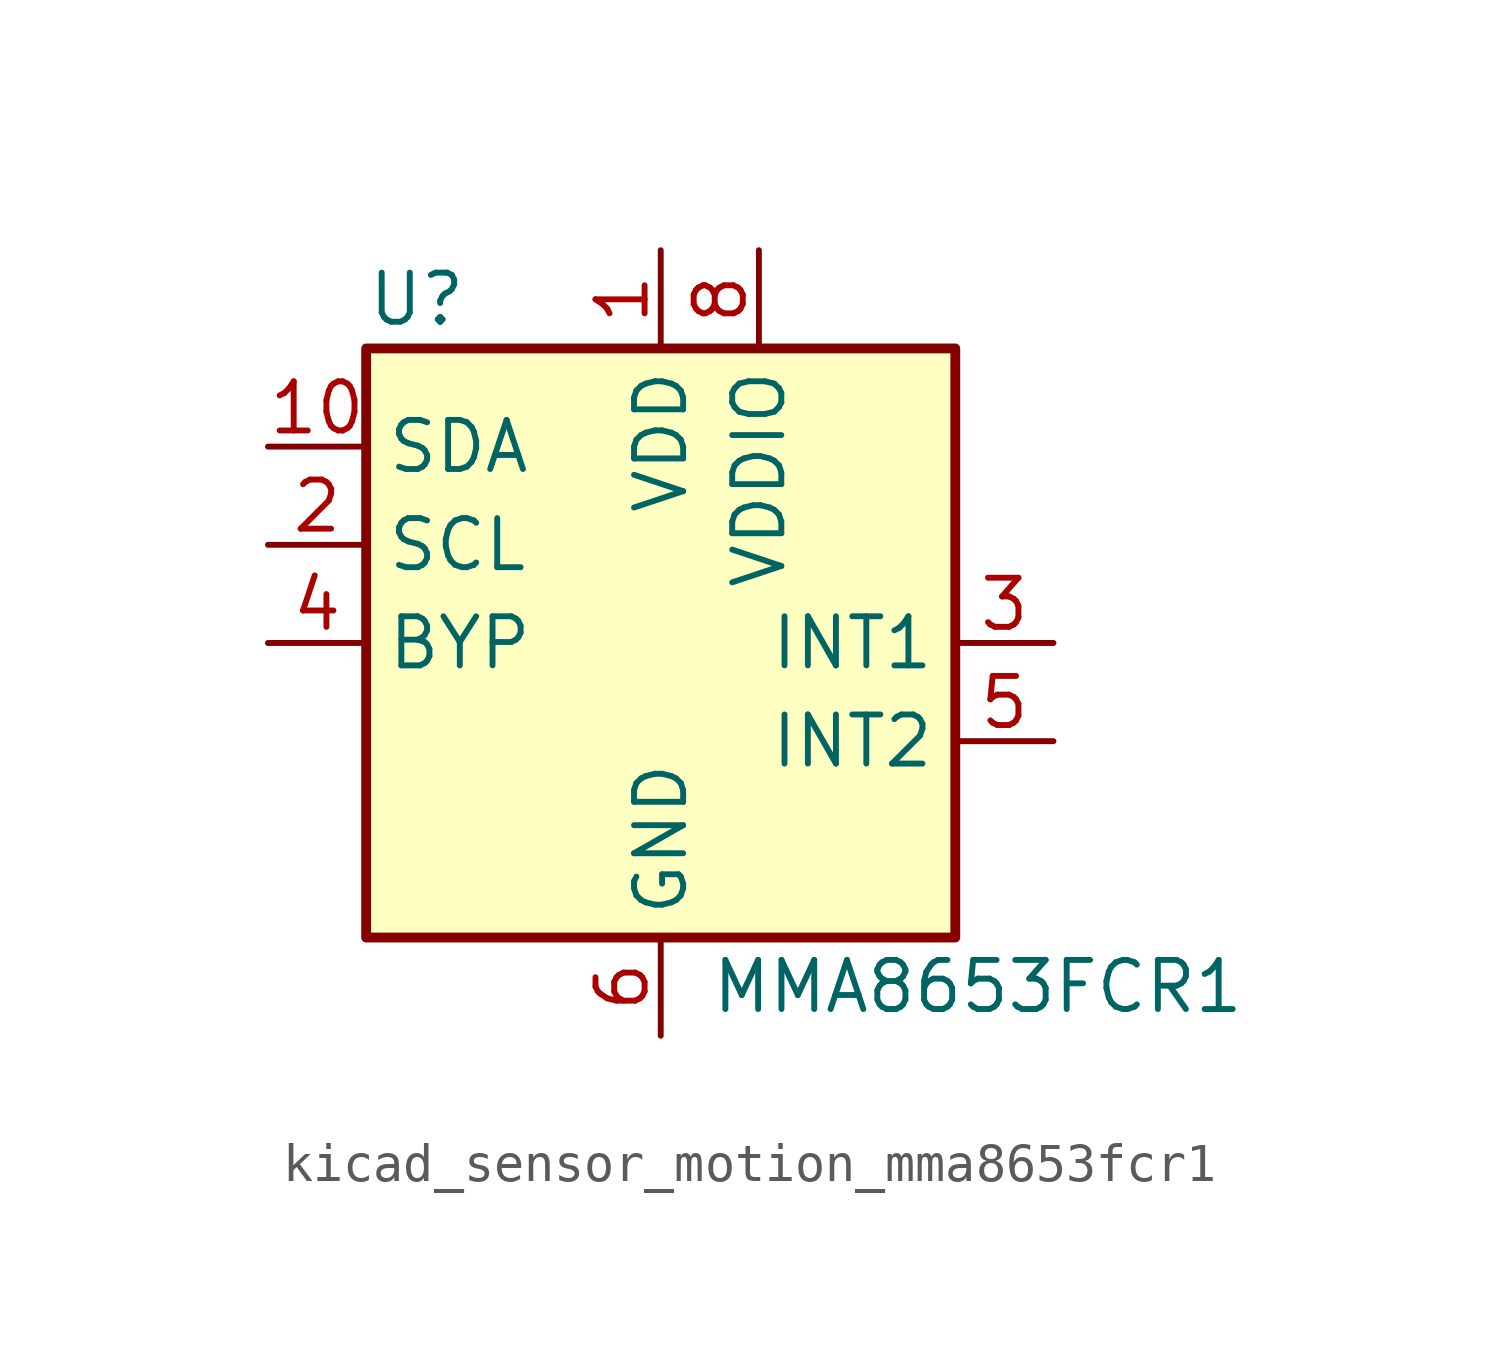
<source format=kicad_sym>
(kicad_symbol_lib
  (version 20220914)
  (generator kicad_symbol_editor)
  (symbol "kicad_sensor_motion_mma8653fcr1"
    (property "Reference" "U"
      (at -7.62 8.89 0)
      (effects (font (size 1.27 1.27)) (justify left)))
    (property "Value" "MMA8653FCR1"
      (at 1.27 -8.89 0)
      (effects (font (size 1.27 1.27)) (justify left)))
    (symbol "kicad_sensor_motion_mma8653fcr1_0_1"
      (rectangle (start -7.62 7.62) (end 7.62 -7.62) (stroke (width 0.254) (type default)) (fill (type background))))
    (symbol "kicad_sensor_motion_mma8653fcr1_1_1"
      (pin power_in line (at 0 10.16 270) (length 2.54) (name "VDD" (effects (font (size 1.27 1.27)))) (number "1" (effects (font (size 1.27 1.27)))))
      (pin bidirectional line (at -10.16 5.08 0) (length 2.54) (name "SDA" (effects (font (size 1.27 1.27)))) (number "10" (effects (font (size 1.27 1.27)))))
      (pin input line (at -10.16 2.54 0) (length 2.54) (name "SCL" (effects (font (size 1.27 1.27)))) (number "2" (effects (font (size 1.27 1.27)))))
      (pin output line (at 10.16 0 180) (length 2.54) (name "INT1" (effects (font (size 1.27 1.27)))) (number "3" (effects (font (size 1.27 1.27)))))
      (pin input line (at -10.16 0 0) (length 2.54) (name "BYP" (effects (font (size 1.27 1.27)))) (number "4" (effects (font (size 1.27 1.27)))))
      (pin output line (at 10.16 -2.54 180) (length 2.54) (name "INT2" (effects (font (size 1.27 1.27)))) (number "5" (effects (font (size 1.27 1.27)))))
      (pin power_in line (at 0 -10.16 90) (length 2.54) (name "GND" (effects (font (size 1.27 1.27)))) (number "6" (effects (font (size 1.27 1.27)))))
      (pin passive line (at 0 -10.16 90) (length 2.54) hide (name "GND" (effects (font (size 1.27 1.27)))) (number "7" (effects (font (size 1.27 1.27)))))
      (pin power_in line (at 2.54 10.16 270) (length 2.54) (name "VDDIO" (effects (font (size 1.27 1.27)))) (number "8" (effects (font (size 1.27 1.27)))))
      (pin passive line (at 0 -10.16 90) (length 2.54) hide (name "GND" (effects (font (size 1.27 1.27)))) (number "9" (effects (font (size 1.27 1.27))))))))
</source>
